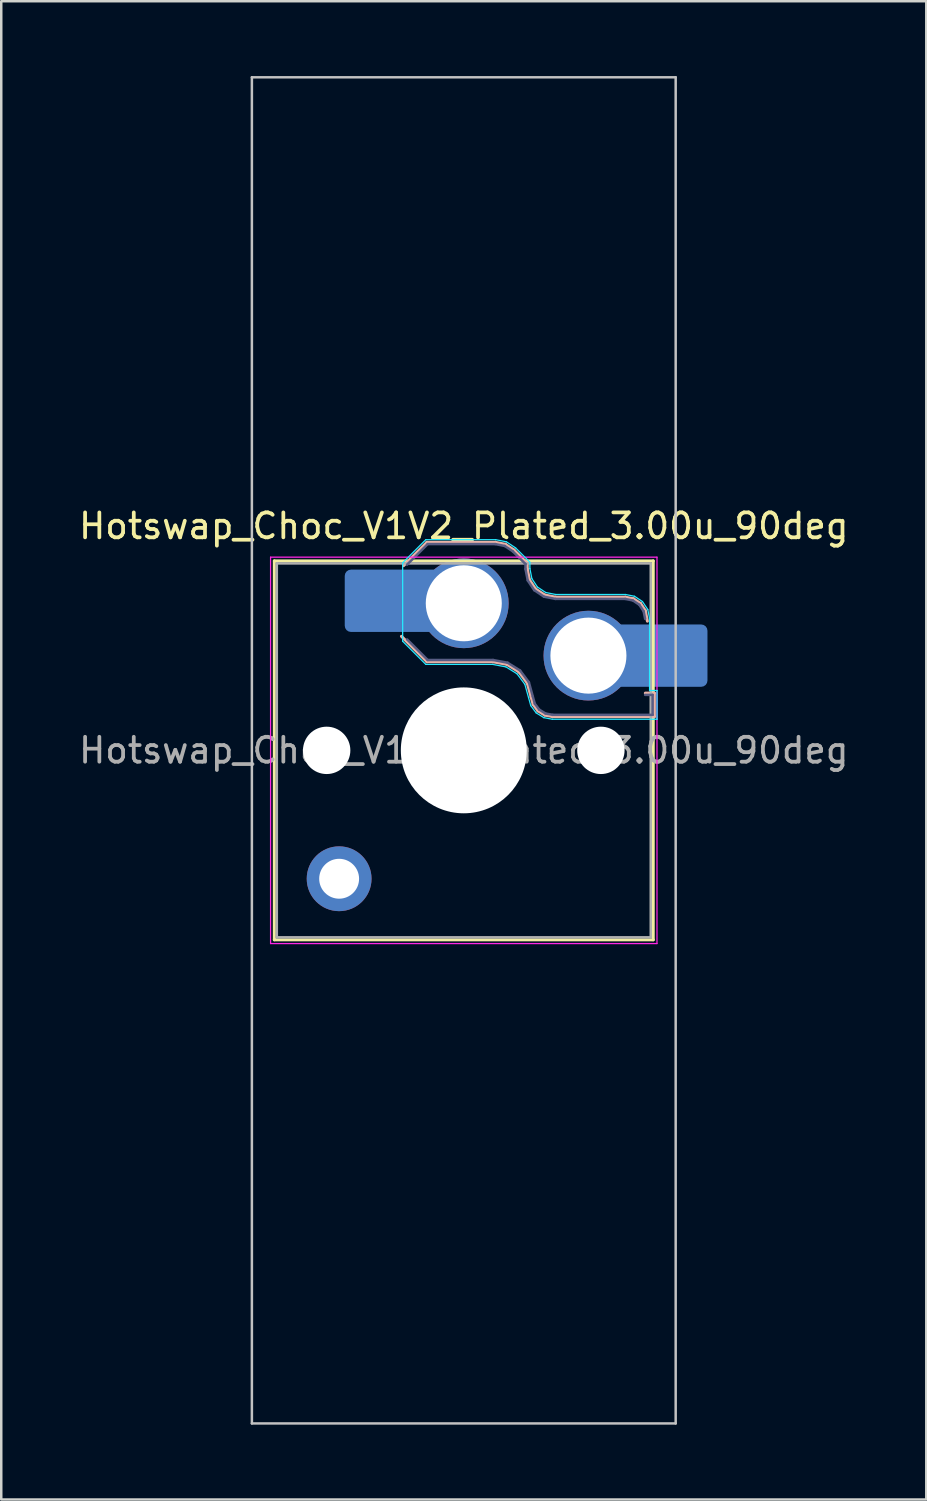
<source format=kicad_pcb>
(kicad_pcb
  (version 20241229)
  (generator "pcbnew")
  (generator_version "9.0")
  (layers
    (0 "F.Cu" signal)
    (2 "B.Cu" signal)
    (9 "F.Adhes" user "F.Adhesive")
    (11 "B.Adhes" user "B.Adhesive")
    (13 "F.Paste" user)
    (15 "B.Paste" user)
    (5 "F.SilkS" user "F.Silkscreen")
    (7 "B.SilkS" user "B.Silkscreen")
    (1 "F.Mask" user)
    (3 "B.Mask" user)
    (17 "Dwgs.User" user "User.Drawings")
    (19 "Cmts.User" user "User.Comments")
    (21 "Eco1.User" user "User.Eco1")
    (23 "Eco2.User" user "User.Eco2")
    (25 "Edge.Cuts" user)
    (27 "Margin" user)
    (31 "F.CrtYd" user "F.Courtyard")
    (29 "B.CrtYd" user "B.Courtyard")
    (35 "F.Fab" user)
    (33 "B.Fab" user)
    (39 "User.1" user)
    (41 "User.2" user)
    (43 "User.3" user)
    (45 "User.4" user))
  (footprint "Hotswap_Choc_V1V2_Plated_3.00u_90deg"
    (layer "F.Cu")
    (at 15.554 27.05)
    (property "Reference" "Hotswap_Choc_V1V2_Plated_3.00u_90deg" (at 0 -9 0) (layer "F.SilkS") (effects (font (size 1 1) (thickness 0.15))))
    (attr smd)
    (fp_line (start -7.6 -7.6) (end -7.6 7.6) (stroke (width 0.12) (type solid)) (layer "F.SilkS"))
    (fp_line (start -7.6 7.6) (end 7.6 7.6) (stroke (width 0.12) (type solid)) (layer "F.SilkS"))
    (fp_line (start 7.6 -7.6) (end -7.6 -7.6) (stroke (width 0.12) (type solid)) (layer "F.SilkS"))
    (fp_line (start 7.6 7.6) (end 7.6 -7.6) (stroke (width 0.12) (type solid)) (layer "F.SilkS"))
    (fp_line (start -2.416 -7.409) (end -1.479 -8.346) (stroke (width 0.12) (type solid)) (layer "B.SilkS"))
    (fp_line (start -1.479 -8.346) (end 1.268 -8.346) (stroke (width 0.12) (type solid)) (layer "B.SilkS"))
    (fp_line (start -1.479 -3.554) (end -2.5 -4.575) (stroke (width 0.12) (type solid)) (layer "B.SilkS"))
    (fp_line (start 1.168 -3.554) (end -1.479 -3.554) (stroke (width 0.12) (type solid)) (layer "B.SilkS"))
    (fp_line (start 1.268 -8.346) (end 1.671 -8.266) (stroke (width 0.12) (type solid)) (layer "B.SilkS"))
    (fp_line (start 1.671 -8.266) (end 2.013 -8.037) (stroke (width 0.12) (type solid)) (layer "B.SilkS"))
    (fp_line (start 1.73 -3.449) (end 1.168 -3.554) (stroke (width 0.12) (type solid)) (layer "B.SilkS"))
    (fp_line (start 2.013 -8.037) (end 2.546 -7.504) (stroke (width 0.12) (type solid)) (layer "B.SilkS"))
    (fp_line (start 2.209 -3.15) (end 1.73 -3.449) (stroke (width 0.12) (type solid)) (layer "B.SilkS"))
    (fp_line (start 2.546 -7.504) (end 2.546 -7.282) (stroke (width 0.12) (type solid)) (layer "B.SilkS"))
    (fp_line (start 2.546 -7.282) (end 2.633 -6.844) (stroke (width 0.12) (type solid)) (layer "B.SilkS"))
    (fp_line (start 2.547 -2.697) (end 2.209 -3.15) (stroke (width 0.12) (type solid)) (layer "B.SilkS"))
    (fp_line (start 2.633 -6.844) (end 2.877 -6.477) (stroke (width 0.12) (type solid)) (layer "B.SilkS"))
    (fp_line (start 2.701 -2.139) (end 2.547 -2.697) (stroke (width 0.12) (type solid)) (layer "B.SilkS"))
    (fp_line (start 2.783 -1.841) (end 2.701 -2.139) (stroke (width 0.12) (type solid)) (layer "B.SilkS"))
    (fp_line (start 2.877 -6.477) (end 3.244 -6.233) (stroke (width 0.12) (type solid)) (layer "B.SilkS"))
    (fp_line (start 2.976 -1.583) (end 2.783 -1.841) (stroke (width 0.12) (type solid)) (layer "B.SilkS"))
    (fp_line (start 3.244 -6.233) (end 3.682 -6.146) (stroke (width 0.12) (type solid)) (layer "B.SilkS"))
    (fp_line (start 3.25 -1.413) (end 2.976 -1.583) (stroke (width 0.12) (type solid)) (layer "B.SilkS"))
    (fp_line (start 3.56 -1.354) (end 3.25 -1.413) (stroke (width 0.12) (type solid)) (layer "B.SilkS"))
    (fp_line (start 3.682 -6.146) (end 6.482 -6.146) (stroke (width 0.12) (type solid)) (layer "B.SilkS"))
    (fp_line (start 6.482 -6.146) (end 6.809 -6.081) (stroke (width 0.12) (type solid)) (layer "B.SilkS"))
    (fp_line (start 6.809 -6.081) (end 7.092 -5.892) (stroke (width 0.12) (type solid)) (layer "B.SilkS"))
    (fp_line (start 7.092 -5.892) (end 7.281 -5.609) (stroke (width 0.12) (type solid)) (layer "B.SilkS"))
    (fp_line (start 7.281 -5.609) (end 7.366 -5.182) (stroke (width 0.12) (type solid)) (layer "B.SilkS"))
    (fp_line (start 7.283 -2.296) (end 7.646 -2.296) (stroke (width 0.12) (type solid)) (layer "B.SilkS"))
    (fp_line (start 7.646 -2.296) (end 7.646 -1.354) (stroke (width 0.12) (type solid)) (layer "B.SilkS"))
    (fp_line (start 7.646 -1.354) (end 3.56 -1.354) (stroke (width 0.12) (type solid)) (layer "B.SilkS"))
    (fp_line (start -8.5 -27) (end 8.5 -27) (stroke (width 0.1) (type solid)) (layer "Dwgs.User"))
    (fp_line (start -8.5 27) (end -8.5 -27) (stroke (width 0.1) (type solid)) (layer "Dwgs.User"))
    (fp_line (start 8.5 -27) (end 8.5 27) (stroke (width 0.1) (type solid)) (layer "Dwgs.User"))
    (fp_line (start 8.5 27) (end -8.5 27) (stroke (width 0.1) (type solid)) (layer "Dwgs.User"))
    (fp_line (start -7.25 -7.25) (end -7.25 7.25) (stroke (width 0.1) (type solid)) (layer "Eco1.User"))
    (fp_line (start -7.25 7.25) (end 7.25 7.25) (stroke (width 0.1) (type solid)) (layer "Eco1.User"))
    (fp_line (start 7.25 -7.25) (end -7.25 -7.25) (stroke (width 0.1) (type solid)) (layer "Eco1.User"))
    (fp_line (start 7.25 7.25) (end 7.25 -7.25) (stroke (width 0.1) (type solid)) (layer "Eco1.User"))
    (fp_line (start -2.452 -7.523) (end -1.523 -8.452) (stroke (width 0.05) (type solid)) (layer "B.CrtYd"))
    (fp_line (start -2.452 -4.377) (end -2.452 -7.523) (stroke (width 0.05) (type solid)) (layer "B.CrtYd"))
    (fp_line (start -1.523 -8.452) (end 1.278 -8.452) (stroke (width 0.05) (type solid)) (layer "B.CrtYd"))
    (fp_line (start -1.523 -3.448) (end -2.452 -4.377) (stroke (width 0.05) (type solid)) (layer "B.CrtYd"))
    (fp_line (start 1.159 -3.448) (end -1.523 -3.448) (stroke (width 0.05) (type solid)) (layer "B.CrtYd"))
    (fp_line (start 1.278 -8.452) (end 1.712 -8.366) (stroke (width 0.05) (type solid)) (layer "B.CrtYd"))
    (fp_line (start 1.691 -3.348) (end 1.159 -3.448) (stroke (width 0.05) (type solid)) (layer "B.CrtYd"))
    (fp_line (start 1.712 -8.366) (end 2.081 -8.119) (stroke (width 0.05) (type solid)) (layer "B.CrtYd"))
    (fp_line (start 2.081 -8.119) (end 2.652 -7.548) (stroke (width 0.05) (type solid)) (layer "B.CrtYd"))
    (fp_line (start 2.136 -3.071) (end 1.691 -3.348) (stroke (width 0.05) (type solid)) (layer "B.CrtYd"))
    (fp_line (start 2.45 -2.65) (end 2.136 -3.071) (stroke (width 0.05) (type solid)) (layer "B.CrtYd"))
    (fp_line (start 2.599 -2.111) (end 2.45 -2.65) (stroke (width 0.05) (type solid)) (layer "B.CrtYd"))
    (fp_line (start 2.652 -7.548) (end 2.652 -7.292) (stroke (width 0.05) (type solid)) (layer "B.CrtYd"))
    (fp_line (start 2.652 -7.292) (end 2.733 -6.885) (stroke (width 0.05) (type solid)) (layer "B.CrtYd"))
    (fp_line (start 2.687 -1.794) (end 2.599 -2.111) (stroke (width 0.05) (type solid)) (layer "B.CrtYd"))
    (fp_line (start 2.733 -6.885) (end 2.953 -6.553) (stroke (width 0.05) (type solid)) (layer "B.CrtYd"))
    (fp_line (start 2.903 -1.503) (end 2.687 -1.794) (stroke (width 0.05) (type solid)) (layer "B.CrtYd"))
    (fp_line (start 2.953 -6.553) (end 3.285 -6.333) (stroke (width 0.05) (type solid)) (layer "B.CrtYd"))
    (fp_line (start 3.211 -1.312) (end 2.903 -1.503) (stroke (width 0.05) (type solid)) (layer "B.CrtYd"))
    (fp_line (start 3.285 -6.333) (end 3.692 -6.252) (stroke (width 0.05) (type solid)) (layer "B.CrtYd"))
    (fp_line (start 3.55 -1.248) (end 3.211 -1.312) (stroke (width 0.05) (type solid)) (layer "B.CrtYd"))
    (fp_line (start 3.692 -6.252) (end 6.492 -6.252) (stroke (width 0.05) (type solid)) (layer "B.CrtYd"))
    (fp_line (start 6.492 -6.252) (end 6.85 -6.181) (stroke (width 0.05) (type solid)) (layer "B.CrtYd"))
    (fp_line (start 6.85 -6.181) (end 7.168 -5.968) (stroke (width 0.05) (type solid)) (layer "B.CrtYd"))
    (fp_line (start 7.168 -5.968) (end 7.381 -5.65) (stroke (width 0.05) (type solid)) (layer "B.CrtYd"))
    (fp_line (start 7.381 -5.65) (end 7.452 -5.292) (stroke (width 0.05) (type solid)) (layer "B.CrtYd"))
    (fp_line (start 7.452 -5.292) (end 7.452 -2.402) (stroke (width 0.05) (type solid)) (layer "B.CrtYd"))
    (fp_line (start 7.452 -2.402) (end 7.752 -2.402) (stroke (width 0.05) (type solid)) (layer "B.CrtYd"))
    (fp_line (start 7.752 -2.402) (end 7.752 -1.248) (stroke (width 0.05) (type solid)) (layer "B.CrtYd"))
    (fp_line (start 7.752 -1.248) (end 3.55 -1.248) (stroke (width 0.05) (type solid)) (layer "B.CrtYd"))
    (fp_line (start -7.75 -7.75) (end -7.75 7.75) (stroke (width 0.05) (type solid)) (layer "F.CrtYd"))
    (fp_line (start -7.75 7.75) (end 7.75 7.75) (stroke (width 0.05) (type solid)) (layer "F.CrtYd"))
    (fp_line (start 7.75 -7.75) (end -7.75 -7.75) (stroke (width 0.05) (type solid)) (layer "F.CrtYd"))
    (fp_line (start 7.75 7.75) (end 7.75 -7.75) (stroke (width 0.05) (type solid)) (layer "F.CrtYd"))
    (fp_line (start -2.275 -7.45) (end -1.45 -8.275) (stroke (width 0.1) (type solid)) (layer "B.Fab"))
    (fp_line (start -1.45 -8.275) (end 1.261 -8.275) (stroke (width 0.1) (type solid)) (layer "B.Fab"))
    (fp_line (start -1.45 -3.625) (end -2.275 -4.45) (stroke (width 0.1) (type solid)) (layer "B.Fab"))
    (fp_line (start 1.175 -3.625) (end -1.45 -3.625) (stroke (width 0.1) (type solid)) (layer "B.Fab"))
    (fp_line (start 1.261 -8.275) (end 1.643 -8.199) (stroke (width 0.1) (type solid)) (layer "B.Fab"))
    (fp_line (start 1.643 -8.199) (end 1.968 -7.982) (stroke (width 0.1) (type solid)) (layer "B.Fab"))
    (fp_line (start 1.756 -3.516) (end 1.175 -3.625) (stroke (width 0.1) (type solid)) (layer "B.Fab"))
    (fp_line (start 1.968 -7.982) (end 2.475 -7.475) (stroke (width 0.1) (type solid)) (layer "B.Fab"))
    (fp_line (start 2.258 -3.203) (end 1.756 -3.516) (stroke (width 0.1) (type solid)) (layer "B.Fab"))
    (fp_line (start 2.475 -7.475) (end 2.475 -7.275) (stroke (width 0.1) (type solid)) (layer "B.Fab"))
    (fp_line (start 2.475 -7.275) (end 2.566 -6.816) (stroke (width 0.1) (type solid)) (layer "B.Fab"))
    (fp_line (start 2.566 -6.816) (end 2.826 -6.426) (stroke (width 0.1) (type solid)) (layer "B.Fab"))
    (fp_line (start 2.612 -2.729) (end 2.258 -3.203) (stroke (width 0.1) (type solid)) (layer "B.Fab"))
    (fp_line (start 2.769 -2.158) (end 2.612 -2.729) (stroke (width 0.1) (type solid)) (layer "B.Fab"))
    (fp_line (start 2.826 -6.426) (end 3.216 -6.166) (stroke (width 0.1) (type solid)) (layer "B.Fab"))
    (fp_line (start 2.848 -1.873) (end 2.769 -2.158) (stroke (width 0.1) (type solid)) (layer "B.Fab"))
    (fp_line (start 3.025 -1.636) (end 2.848 -1.873) (stroke (width 0.1) (type solid)) (layer "B.Fab"))
    (fp_line (start 3.216 -6.166) (end 3.675 -6.075) (stroke (width 0.1) (type solid)) (layer "B.Fab"))
    (fp_line (start 3.276 -1.48) (end 3.025 -1.636) (stroke (width 0.1) (type solid)) (layer "B.Fab"))
    (fp_line (start 3.567 -1.425) (end 3.276 -1.48) (stroke (width 0.1) (type solid)) (layer "B.Fab"))
    (fp_line (start 3.675 -6.075) (end 6.475 -6.075) (stroke (width 0.1) (type solid)) (layer "B.Fab"))
    (fp_line (start 6.475 -6.075) (end 6.781 -6.014) (stroke (width 0.1) (type solid)) (layer "B.Fab"))
    (fp_line (start 6.781 -6.014) (end 7.041 -5.841) (stroke (width 0.1) (type solid)) (layer "B.Fab"))
    (fp_line (start 7.041 -5.841) (end 7.214 -5.581) (stroke (width 0.1) (type solid)) (layer "B.Fab"))
    (fp_line (start 7.214 -5.581) (end 7.275 -5.275) (stroke (width 0.1) (type solid)) (layer "B.Fab"))
    (fp_line (start 7.275 -2.225) (end 7.575 -2.225) (stroke (width 0.1) (type solid)) (layer "B.Fab"))
    (fp_line (start 7.575 -2.225) (end 7.575 -1.425) (stroke (width 0.1) (type solid)) (layer "B.Fab"))
    (fp_line (start 7.575 -1.425) (end 3.567 -1.425) (stroke (width 0.1) (type solid)) (layer "B.Fab"))
    (fp_line (start -7.5 -7.5) (end -7.5 7.5) (stroke (width 0.1) (type solid)) (layer "F.Fab"))
    (fp_line (start -7.5 7.5) (end 7.5 7.5) (stroke (width 0.1) (type solid)) (layer "F.Fab"))
    (fp_line (start 7.5 -7.5) (end -7.5 -7.5) (stroke (width 0.1) (type solid)) (layer "F.Fab"))
    (fp_line (start 7.5 7.5) (end 7.5 -7.5) (stroke (width 0.1) (type solid)) (layer "F.Fab"))
    (fp_text user "${REFERENCE}" (at 0 0 0) (layer "F.Fab") (effects (font (size 1 1) (thickness 0.15))))
    (pad "" np_thru_hole circle (at -5.5 0) (size 1.9 1.9) (drill 1.9) (layers "*.Cu" "*.Mask"))
    (pad "" thru_hole circle (at -5 5.15) (size 2.6 2.6) (drill 1.6) (layers "*.Cu" "*.Mask"))
    (pad "" smd roundrect (at -3.5 -6) (size 2.55 2.5) (layers "B.Mask" "B.Paste") (roundrect_rratio 0.1))
    (pad "" np_thru_hole circle (at 0 0) (size 5.05 5.05) (drill 5.05) (layers "*.Cu" "*.Mask"))
    (pad "" np_thru_hole circle (at 5.5 0) (size 1.9 1.9) (drill 1.9) (layers "*.Cu" "*.Mask"))
    (pad "" smd roundrect (at 8.5 -3.8) (size 2.55 2.5) (layers "B.Mask" "B.Paste") (roundrect_rratio 0.1))
    (pad "1" smd roundrect (at -2.85 -6) (size 3.85 2.5) (layers "B.Cu") (roundrect_rratio 0.1))
    (pad "1" thru_hole circle (at 0 -5.9) (size 3.6 3.6) (drill 3.05) (layers "*.Cu" "*.Mask"))
    (pad "2" thru_hole circle (at 5 -3.8) (size 3.6 3.6) (drill 3.05) (layers "*.Cu" "*.Mask"))
    (pad "2" smd roundrect (at 7.85 -3.8) (size 3.85 2.5) (layers "B.Cu") (roundrect_rratio 0.1)))
  (gr_rect
    (start -3 -3)
    (end 34.107 57.1)
    (stroke (width 0.1) (type default))
    (fill no)
    (layer "Edge.Cuts")))
</source>
